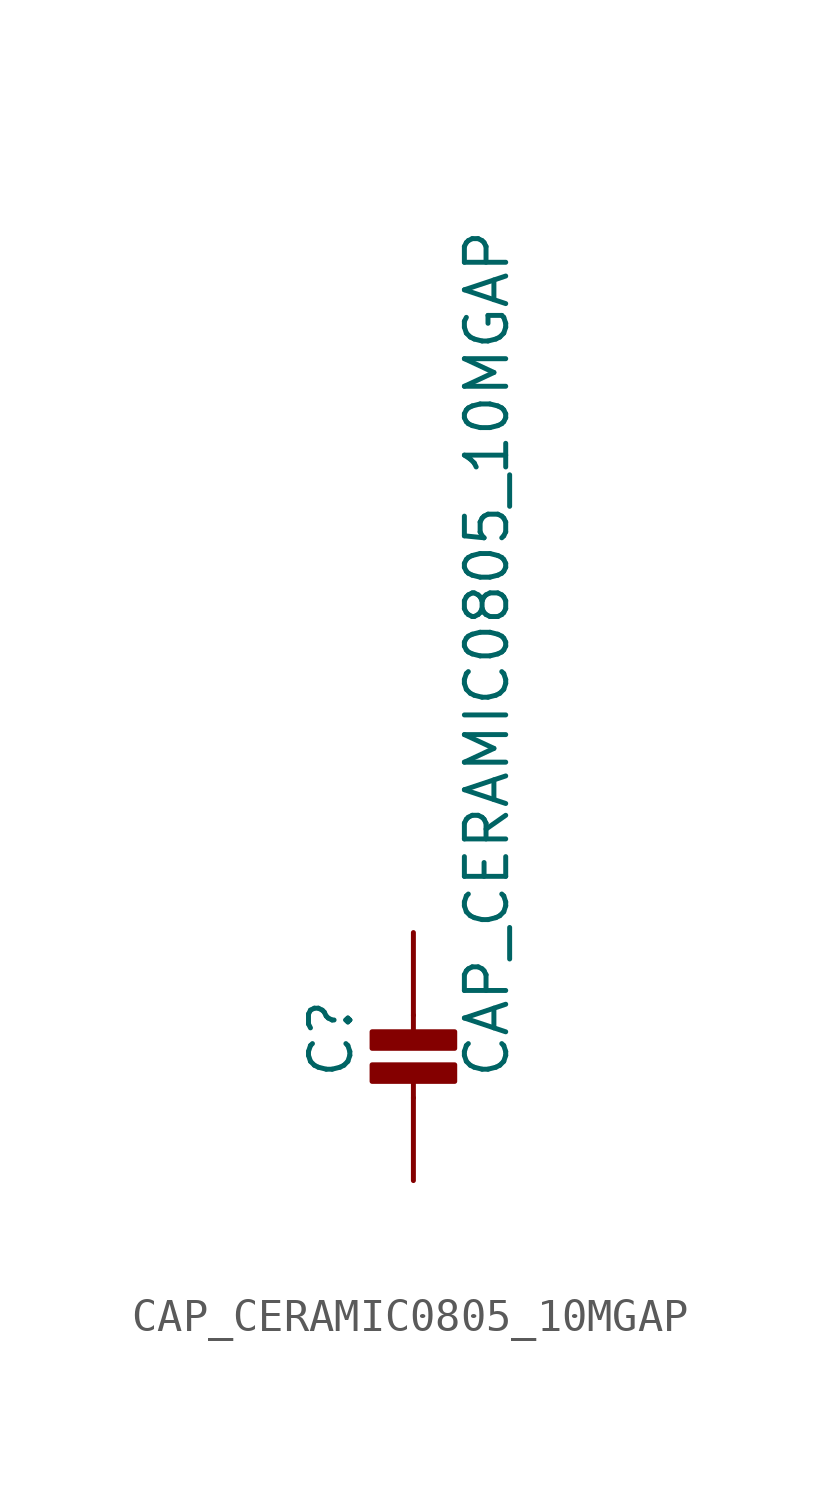
<source format=kicad_sym>
(kicad_symbol_lib
  (version 20211014)
  (generator kicad_symbol_editor)
  (symbol "CAP_CERAMIC0805_10MGAP"
    (property "Reference" "C"
      (at -1.79 0.54 90)
      (effects (font (size 1.27 1.27)) (justify left bottom)))
    (property "Value" "CAP_CERAMIC0805_10MGAP"
      (at 3 0.54 90)
      (effects (font (size 1.27 1.27)) (justify left bottom)))
    (property "ki_locked" ""
      (at 0 0 0)
      (effects (font (size 1.27 1.27))))
    (symbol "CAP_CERAMIC0805_10MGAP_1_0"
      (rectangle (start -1.27 0.508) (end 1.27 1.016) (stroke (width 0) (type default) (color 0 0 0 0)) (fill (type outline)))
      (rectangle (start -1.27 1.524) (end 1.27 2.032) (stroke (width 0) (type default) (color 0 0 0 0)) (fill (type outline)))
      (polyline (pts (xy 0 0.762) (xy 0 0)) (stroke (width 0.152) (type default) (color 0 0 0 0)) (fill (type none)))
      (polyline (pts (xy 0 2.54) (xy 0 1.778)) (stroke (width 0.152) (type default) (color 0 0 0 0)) (fill (type none)))
      (pin passive line (at 0 5.08 270) (length 2.54) (name "1" (effects (font (size 0 0)))) (number "1" (effects (font (size 0 0)))))
      (pin passive line (at 0 -2.54 90) (length 2.54) (name "2" (effects (font (size 0 0)))) (number "2" (effects (font (size 0 0))))))))
</source>
